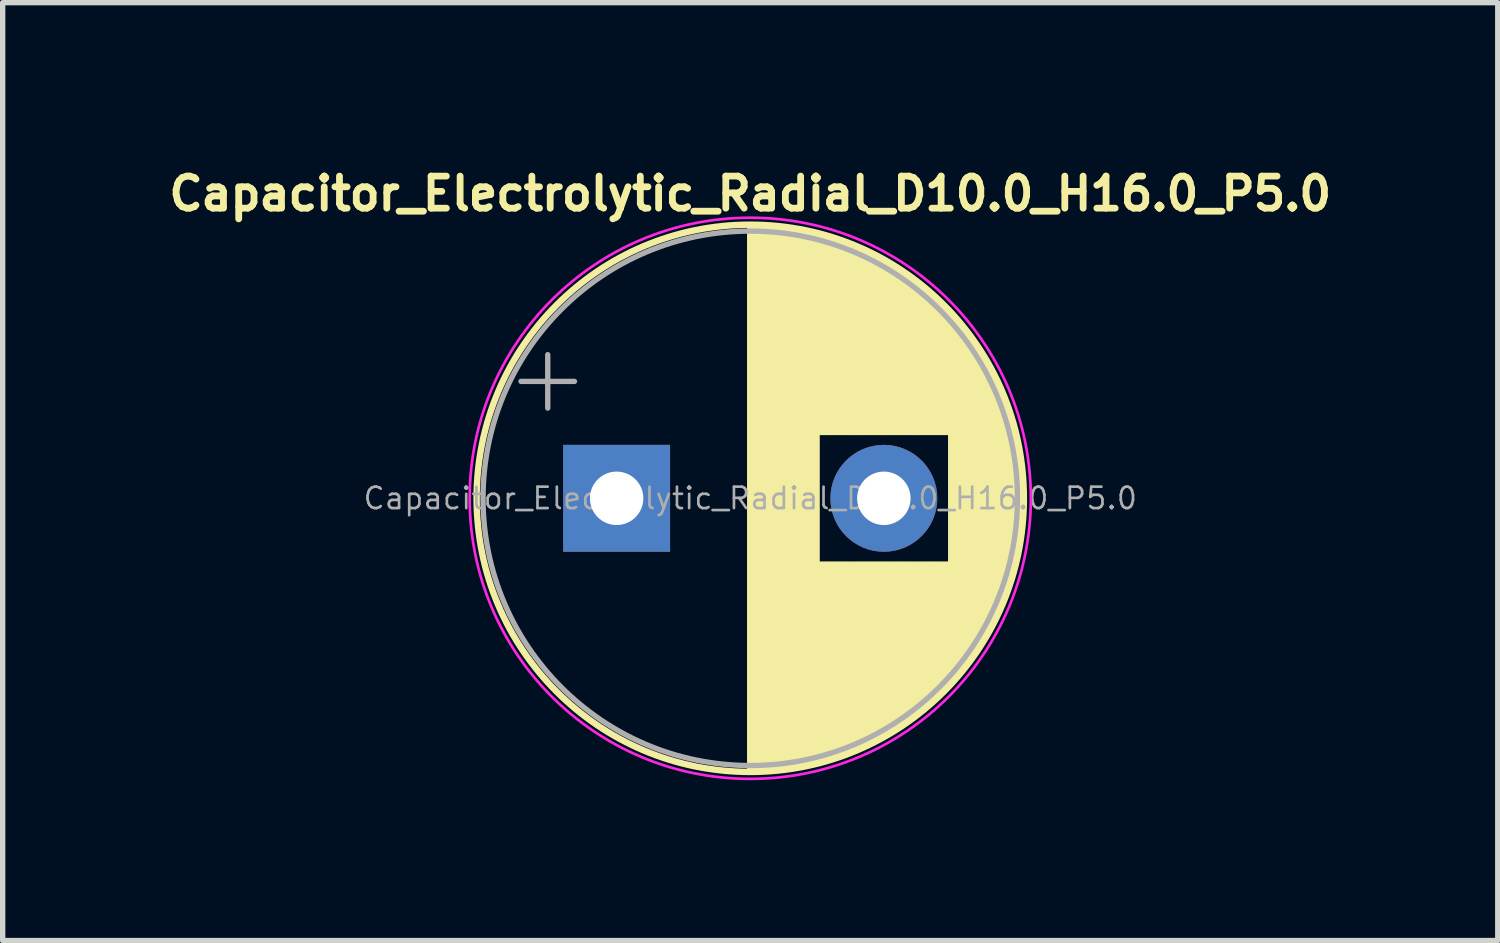
<source format=kicad_pcb>
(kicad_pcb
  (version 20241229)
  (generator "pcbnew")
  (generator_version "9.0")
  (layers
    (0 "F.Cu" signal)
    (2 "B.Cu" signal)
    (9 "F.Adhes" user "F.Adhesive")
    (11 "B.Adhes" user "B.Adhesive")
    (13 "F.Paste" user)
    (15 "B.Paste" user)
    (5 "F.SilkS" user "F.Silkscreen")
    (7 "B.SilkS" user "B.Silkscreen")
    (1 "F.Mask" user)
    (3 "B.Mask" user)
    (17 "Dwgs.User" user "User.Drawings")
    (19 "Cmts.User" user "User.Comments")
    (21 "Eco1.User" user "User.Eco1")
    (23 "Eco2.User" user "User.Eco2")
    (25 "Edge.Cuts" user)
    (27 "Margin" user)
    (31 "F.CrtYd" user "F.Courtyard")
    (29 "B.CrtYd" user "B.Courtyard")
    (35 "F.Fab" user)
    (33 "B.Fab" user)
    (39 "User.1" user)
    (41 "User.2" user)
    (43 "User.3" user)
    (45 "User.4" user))
  (footprint "Capacitor_Electrolytic_Radial_D10.0_H16.0_P5.0"
    (layer "F.Cu")
    (at 10.988 6.274)
    (property "Reference" "Capacitor_Electrolytic_Radial_D10.0_H16.0_P5.0" (at 0 -5.7 0) (layer "F.SilkS") (effects (font (size 0.6 0.6) (thickness 0.127))))
    (attr through_hole)
    (fp_line (start 0 -5.08) (end 0 5.08) (stroke (width 0.12) (type solid)) (layer "F.SilkS"))
    (fp_line (start 0.04 -5.08) (end 0.04 5.08) (stroke (width 0.12) (type solid)) (layer "F.SilkS"))
    (fp_line (start 0.08 -5.08) (end 0.08 5.08) (stroke (width 0.12) (type solid)) (layer "F.SilkS"))
    (fp_line (start 0.12 -5.079) (end 0.12 5.079) (stroke (width 0.12) (type solid)) (layer "F.SilkS"))
    (fp_line (start 0.16 -5.078) (end 0.16 5.078) (stroke (width 0.12) (type solid)) (layer "F.SilkS"))
    (fp_line (start 0.2 -5.077) (end 0.2 5.077) (stroke (width 0.12) (type solid)) (layer "F.SilkS"))
    (fp_line (start 0.24 -5.075) (end 0.24 5.075) (stroke (width 0.12) (type solid)) (layer "F.SilkS"))
    (fp_line (start 0.28 -5.073) (end 0.28 5.073) (stroke (width 0.12) (type solid)) (layer "F.SilkS"))
    (fp_line (start 0.32 -5.07) (end 0.32 5.07) (stroke (width 0.12) (type solid)) (layer "F.SilkS"))
    (fp_line (start 0.36 -5.068) (end 0.36 5.068) (stroke (width 0.12) (type solid)) (layer "F.SilkS"))
    (fp_line (start 0.4 -5.065) (end 0.4 5.065) (stroke (width 0.12) (type solid)) (layer "F.SilkS"))
    (fp_line (start 0.44 -5.062) (end 0.44 5.062) (stroke (width 0.12) (type solid)) (layer "F.SilkS"))
    (fp_line (start 0.48 -5.058) (end 0.48 5.058) (stroke (width 0.12) (type solid)) (layer "F.SilkS"))
    (fp_line (start 0.52 -5.054) (end 0.52 5.054) (stroke (width 0.12) (type solid)) (layer "F.SilkS"))
    (fp_line (start 0.56 -5.05) (end 0.56 5.05) (stroke (width 0.12) (type solid)) (layer "F.SilkS"))
    (fp_line (start 0.6 -5.045) (end 0.6 5.045) (stroke (width 0.12) (type solid)) (layer "F.SilkS"))
    (fp_line (start 0.64 -5.04) (end 0.64 5.04) (stroke (width 0.12) (type solid)) (layer "F.SilkS"))
    (fp_line (start 0.68 -5.035) (end 0.68 5.035) (stroke (width 0.12) (type solid)) (layer "F.SilkS"))
    (fp_line (start 0.721 -5.03) (end 0.721 5.03) (stroke (width 0.12) (type solid)) (layer "F.SilkS"))
    (fp_line (start 0.761 -5.024) (end 0.761 5.024) (stroke (width 0.12) (type solid)) (layer "F.SilkS"))
    (fp_line (start 0.801 -5.018) (end 0.801 5.018) (stroke (width 0.12) (type solid)) (layer "F.SilkS"))
    (fp_line (start 0.841 -5.011) (end 0.841 5.011) (stroke (width 0.12) (type solid)) (layer "F.SilkS"))
    (fp_line (start 0.881 -5.004) (end 0.881 5.004) (stroke (width 0.12) (type solid)) (layer "F.SilkS"))
    (fp_line (start 0.921 -4.997) (end 0.921 4.997) (stroke (width 0.12) (type solid)) (layer "F.SilkS"))
    (fp_line (start 0.961 -4.99) (end 0.961 4.99) (stroke (width 0.12) (type solid)) (layer "F.SilkS"))
    (fp_line (start 1.001 -4.982) (end 1.001 4.982) (stroke (width 0.12) (type solid)) (layer "F.SilkS"))
    (fp_line (start 1.041 -4.974) (end 1.041 4.974) (stroke (width 0.12) (type solid)) (layer "F.SilkS"))
    (fp_line (start 1.081 -4.965) (end 1.081 4.965) (stroke (width 0.12) (type solid)) (layer "F.SilkS"))
    (fp_line (start 1.121 -4.956) (end 1.121 4.956) (stroke (width 0.12) (type solid)) (layer "F.SilkS"))
    (fp_line (start 1.161 -4.947) (end 1.161 4.947) (stroke (width 0.12) (type solid)) (layer "F.SilkS"))
    (fp_line (start 1.201 -4.938) (end 1.201 4.938) (stroke (width 0.12) (type solid)) (layer "F.SilkS"))
    (fp_line (start 1.241 -4.928) (end 1.241 4.928) (stroke (width 0.12) (type solid)) (layer "F.SilkS"))
    (fp_line (start 1.281 -4.918) (end 1.281 -1.241) (stroke (width 0.12) (type solid)) (layer "F.SilkS"))
    (fp_line (start 1.281 1.241) (end 1.281 4.918) (stroke (width 0.12) (type solid)) (layer "F.SilkS"))
    (fp_line (start 1.321 -4.907) (end 1.321 -1.241) (stroke (width 0.12) (type solid)) (layer "F.SilkS"))
    (fp_line (start 1.321 1.241) (end 1.321 4.907) (stroke (width 0.12) (type solid)) (layer "F.SilkS"))
    (fp_line (start 1.361 -4.897) (end 1.361 -1.241) (stroke (width 0.12) (type solid)) (layer "F.SilkS"))
    (fp_line (start 1.361 1.241) (end 1.361 4.897) (stroke (width 0.12) (type solid)) (layer "F.SilkS"))
    (fp_line (start 1.401 -4.885) (end 1.401 -1.241) (stroke (width 0.12) (type solid)) (layer "F.SilkS"))
    (fp_line (start 1.401 1.241) (end 1.401 4.885) (stroke (width 0.12) (type solid)) (layer "F.SilkS"))
    (fp_line (start 1.441 -4.874) (end 1.441 -1.241) (stroke (width 0.12) (type solid)) (layer "F.SilkS"))
    (fp_line (start 1.441 1.241) (end 1.441 4.874) (stroke (width 0.12) (type solid)) (layer "F.SilkS"))
    (fp_line (start 1.481 -4.862) (end 1.481 -1.241) (stroke (width 0.12) (type solid)) (layer "F.SilkS"))
    (fp_line (start 1.481 1.241) (end 1.481 4.862) (stroke (width 0.12) (type solid)) (layer "F.SilkS"))
    (fp_line (start 1.521 -4.85) (end 1.521 -1.241) (stroke (width 0.12) (type solid)) (layer "F.SilkS"))
    (fp_line (start 1.521 1.241) (end 1.521 4.85) (stroke (width 0.12) (type solid)) (layer "F.SilkS"))
    (fp_line (start 1.561 -4.837) (end 1.561 -1.241) (stroke (width 0.12) (type solid)) (layer "F.SilkS"))
    (fp_line (start 1.561 1.241) (end 1.561 4.837) (stroke (width 0.12) (type solid)) (layer "F.SilkS"))
    (fp_line (start 1.601 -4.824) (end 1.601 -1.241) (stroke (width 0.12) (type solid)) (layer "F.SilkS"))
    (fp_line (start 1.601 1.241) (end 1.601 4.824) (stroke (width 0.12) (type solid)) (layer "F.SilkS"))
    (fp_line (start 1.641 -4.811) (end 1.641 -1.241) (stroke (width 0.12) (type solid)) (layer "F.SilkS"))
    (fp_line (start 1.641 1.241) (end 1.641 4.811) (stroke (width 0.12) (type solid)) (layer "F.SilkS"))
    (fp_line (start 1.681 -4.797) (end 1.681 -1.241) (stroke (width 0.12) (type solid)) (layer "F.SilkS"))
    (fp_line (start 1.681 1.241) (end 1.681 4.797) (stroke (width 0.12) (type solid)) (layer "F.SilkS"))
    (fp_line (start 1.721 -4.783) (end 1.721 -1.241) (stroke (width 0.12) (type solid)) (layer "F.SilkS"))
    (fp_line (start 1.721 1.241) (end 1.721 4.783) (stroke (width 0.12) (type solid)) (layer "F.SilkS"))
    (fp_line (start 1.761 -4.768) (end 1.761 -1.241) (stroke (width 0.12) (type solid)) (layer "F.SilkS"))
    (fp_line (start 1.761 1.241) (end 1.761 4.768) (stroke (width 0.12) (type solid)) (layer "F.SilkS"))
    (fp_line (start 1.801 -4.754) (end 1.801 -1.241) (stroke (width 0.12) (type solid)) (layer "F.SilkS"))
    (fp_line (start 1.801 1.241) (end 1.801 4.754) (stroke (width 0.12) (type solid)) (layer "F.SilkS"))
    (fp_line (start 1.841 -4.738) (end 1.841 -1.241) (stroke (width 0.12) (type solid)) (layer "F.SilkS"))
    (fp_line (start 1.841 1.241) (end 1.841 4.738) (stroke (width 0.12) (type solid)) (layer "F.SilkS"))
    (fp_line (start 1.881 -4.723) (end 1.881 -1.241) (stroke (width 0.12) (type solid)) (layer "F.SilkS"))
    (fp_line (start 1.881 1.241) (end 1.881 4.723) (stroke (width 0.12) (type solid)) (layer "F.SilkS"))
    (fp_line (start 1.921 -4.707) (end 1.921 -1.241) (stroke (width 0.12) (type solid)) (layer "F.SilkS"))
    (fp_line (start 1.921 1.241) (end 1.921 4.707) (stroke (width 0.12) (type solid)) (layer "F.SilkS"))
    (fp_line (start 1.961 -4.69) (end 1.961 -1.241) (stroke (width 0.12) (type solid)) (layer "F.SilkS"))
    (fp_line (start 1.961 1.241) (end 1.961 4.69) (stroke (width 0.12) (type solid)) (layer "F.SilkS"))
    (fp_line (start 2.001 -4.674) (end 2.001 -1.241) (stroke (width 0.12) (type solid)) (layer "F.SilkS"))
    (fp_line (start 2.001 1.241) (end 2.001 4.674) (stroke (width 0.12) (type solid)) (layer "F.SilkS"))
    (fp_line (start 2.041 -4.657) (end 2.041 -1.241) (stroke (width 0.12) (type solid)) (layer "F.SilkS"))
    (fp_line (start 2.041 1.241) (end 2.041 4.657) (stroke (width 0.12) (type solid)) (layer "F.SilkS"))
    (fp_line (start 2.081 -4.639) (end 2.081 -1.241) (stroke (width 0.12) (type solid)) (layer "F.SilkS"))
    (fp_line (start 2.081 1.241) (end 2.081 4.639) (stroke (width 0.12) (type solid)) (layer "F.SilkS"))
    (fp_line (start 2.121 -4.621) (end 2.121 -1.241) (stroke (width 0.12) (type solid)) (layer "F.SilkS"))
    (fp_line (start 2.121 1.241) (end 2.121 4.621) (stroke (width 0.12) (type solid)) (layer "F.SilkS"))
    (fp_line (start 2.161 -4.603) (end 2.161 -1.241) (stroke (width 0.12) (type solid)) (layer "F.SilkS"))
    (fp_line (start 2.161 1.241) (end 2.161 4.603) (stroke (width 0.12) (type solid)) (layer "F.SilkS"))
    (fp_line (start 2.201 -4.584) (end 2.201 -1.241) (stroke (width 0.12) (type solid)) (layer "F.SilkS"))
    (fp_line (start 2.201 1.241) (end 2.201 4.584) (stroke (width 0.12) (type solid)) (layer "F.SilkS"))
    (fp_line (start 2.241 -4.564) (end 2.241 -1.241) (stroke (width 0.12) (type solid)) (layer "F.SilkS"))
    (fp_line (start 2.241 1.241) (end 2.241 4.564) (stroke (width 0.12) (type solid)) (layer "F.SilkS"))
    (fp_line (start 2.281 -4.545) (end 2.281 -1.241) (stroke (width 0.12) (type solid)) (layer "F.SilkS"))
    (fp_line (start 2.281 1.241) (end 2.281 4.545) (stroke (width 0.12) (type solid)) (layer "F.SilkS"))
    (fp_line (start 2.321 -4.525) (end 2.321 -1.241) (stroke (width 0.12) (type solid)) (layer "F.SilkS"))
    (fp_line (start 2.321 1.241) (end 2.321 4.525) (stroke (width 0.12) (type solid)) (layer "F.SilkS"))
    (fp_line (start 2.361 -4.504) (end 2.361 -1.241) (stroke (width 0.12) (type solid)) (layer "F.SilkS"))
    (fp_line (start 2.361 1.241) (end 2.361 4.504) (stroke (width 0.12) (type solid)) (layer "F.SilkS"))
    (fp_line (start 2.401 -4.483) (end 2.401 -1.241) (stroke (width 0.12) (type solid)) (layer "F.SilkS"))
    (fp_line (start 2.401 1.241) (end 2.401 4.483) (stroke (width 0.12) (type solid)) (layer "F.SilkS"))
    (fp_line (start 2.441 -4.462) (end 2.441 -1.241) (stroke (width 0.12) (type solid)) (layer "F.SilkS"))
    (fp_line (start 2.441 1.241) (end 2.441 4.462) (stroke (width 0.12) (type solid)) (layer "F.SilkS"))
    (fp_line (start 2.481 -4.44) (end 2.481 -1.241) (stroke (width 0.12) (type solid)) (layer "F.SilkS"))
    (fp_line (start 2.481 1.241) (end 2.481 4.44) (stroke (width 0.12) (type solid)) (layer "F.SilkS"))
    (fp_line (start 2.521 -4.417) (end 2.521 -1.241) (stroke (width 0.12) (type solid)) (layer "F.SilkS"))
    (fp_line (start 2.521 1.241) (end 2.521 4.417) (stroke (width 0.12) (type solid)) (layer "F.SilkS"))
    (fp_line (start 2.561 -4.395) (end 2.561 -1.241) (stroke (width 0.12) (type solid)) (layer "F.SilkS"))
    (fp_line (start 2.561 1.241) (end 2.561 4.395) (stroke (width 0.12) (type solid)) (layer "F.SilkS"))
    (fp_line (start 2.601 -4.371) (end 2.601 -1.241) (stroke (width 0.12) (type solid)) (layer "F.SilkS"))
    (fp_line (start 2.601 1.241) (end 2.601 4.371) (stroke (width 0.12) (type solid)) (layer "F.SilkS"))
    (fp_line (start 2.641 -4.347) (end 2.641 -1.241) (stroke (width 0.12) (type solid)) (layer "F.SilkS"))
    (fp_line (start 2.641 1.241) (end 2.641 4.347) (stroke (width 0.12) (type solid)) (layer "F.SilkS"))
    (fp_line (start 2.681 -4.323) (end 2.681 -1.241) (stroke (width 0.12) (type solid)) (layer "F.SilkS"))
    (fp_line (start 2.681 1.241) (end 2.681 4.323) (stroke (width 0.12) (type solid)) (layer "F.SilkS"))
    (fp_line (start 2.721 -4.298) (end 2.721 -1.241) (stroke (width 0.12) (type solid)) (layer "F.SilkS"))
    (fp_line (start 2.721 1.241) (end 2.721 4.298) (stroke (width 0.12) (type solid)) (layer "F.SilkS"))
    (fp_line (start 2.761 -4.273) (end 2.761 -1.241) (stroke (width 0.12) (type solid)) (layer "F.SilkS"))
    (fp_line (start 2.761 1.241) (end 2.761 4.273) (stroke (width 0.12) (type solid)) (layer "F.SilkS"))
    (fp_line (start 2.801 -4.247) (end 2.801 -1.241) (stroke (width 0.12) (type solid)) (layer "F.SilkS"))
    (fp_line (start 2.801 1.241) (end 2.801 4.247) (stroke (width 0.12) (type solid)) (layer "F.SilkS"))
    (fp_line (start 2.841 -4.221) (end 2.841 -1.241) (stroke (width 0.12) (type solid)) (layer "F.SilkS"))
    (fp_line (start 2.841 1.241) (end 2.841 4.221) (stroke (width 0.12) (type solid)) (layer "F.SilkS"))
    (fp_line (start 2.881 -4.194) (end 2.881 -1.241) (stroke (width 0.12) (type solid)) (layer "F.SilkS"))
    (fp_line (start 2.881 1.241) (end 2.881 4.194) (stroke (width 0.12) (type solid)) (layer "F.SilkS"))
    (fp_line (start 2.921 -4.166) (end 2.921 -1.241) (stroke (width 0.12) (type solid)) (layer "F.SilkS"))
    (fp_line (start 2.921 1.241) (end 2.921 4.166) (stroke (width 0.12) (type solid)) (layer "F.SilkS"))
    (fp_line (start 2.961 -4.138) (end 2.961 -1.241) (stroke (width 0.12) (type solid)) (layer "F.SilkS"))
    (fp_line (start 2.961 1.241) (end 2.961 4.138) (stroke (width 0.12) (type solid)) (layer "F.SilkS"))
    (fp_line (start 3.001 -4.11) (end 3.001 -1.241) (stroke (width 0.12) (type solid)) (layer "F.SilkS"))
    (fp_line (start 3.001 1.241) (end 3.001 4.11) (stroke (width 0.12) (type solid)) (layer "F.SilkS"))
    (fp_line (start 3.041 -4.08) (end 3.041 -1.241) (stroke (width 0.12) (type solid)) (layer "F.SilkS"))
    (fp_line (start 3.041 1.241) (end 3.041 4.08) (stroke (width 0.12) (type solid)) (layer "F.SilkS"))
    (fp_line (start 3.081 -4.05) (end 3.081 -1.241) (stroke (width 0.12) (type solid)) (layer "F.SilkS"))
    (fp_line (start 3.081 1.241) (end 3.081 4.05) (stroke (width 0.12) (type solid)) (layer "F.SilkS"))
    (fp_line (start 3.121 -4.02) (end 3.121 -1.241) (stroke (width 0.12) (type solid)) (layer "F.SilkS"))
    (fp_line (start 3.121 1.241) (end 3.121 4.02) (stroke (width 0.12) (type solid)) (layer "F.SilkS"))
    (fp_line (start 3.161 -3.989) (end 3.161 -1.241) (stroke (width 0.12) (type solid)) (layer "F.SilkS"))
    (fp_line (start 3.161 1.241) (end 3.161 3.989) (stroke (width 0.12) (type solid)) (layer "F.SilkS"))
    (fp_line (start 3.201 -3.957) (end 3.201 -1.241) (stroke (width 0.12) (type solid)) (layer "F.SilkS"))
    (fp_line (start 3.201 1.241) (end 3.201 3.957) (stroke (width 0.12) (type solid)) (layer "F.SilkS"))
    (fp_line (start 3.241 -3.925) (end 3.241 -1.241) (stroke (width 0.12) (type solid)) (layer "F.SilkS"))
    (fp_line (start 3.241 1.241) (end 3.241 3.925) (stroke (width 0.12) (type solid)) (layer "F.SilkS"))
    (fp_line (start 3.281 -3.892) (end 3.281 -1.241) (stroke (width 0.12) (type solid)) (layer "F.SilkS"))
    (fp_line (start 3.281 1.241) (end 3.281 3.892) (stroke (width 0.12) (type solid)) (layer "F.SilkS"))
    (fp_line (start 3.321 -3.858) (end 3.321 -1.241) (stroke (width 0.12) (type solid)) (layer "F.SilkS"))
    (fp_line (start 3.321 1.241) (end 3.321 3.858) (stroke (width 0.12) (type solid)) (layer "F.SilkS"))
    (fp_line (start 3.361 -3.824) (end 3.361 -1.241) (stroke (width 0.12) (type solid)) (layer "F.SilkS"))
    (fp_line (start 3.361 1.241) (end 3.361 3.824) (stroke (width 0.12) (type solid)) (layer "F.SilkS"))
    (fp_line (start 3.401 -3.789) (end 3.401 -1.241) (stroke (width 0.12) (type solid)) (layer "F.SilkS"))
    (fp_line (start 3.401 1.241) (end 3.401 3.789) (stroke (width 0.12) (type solid)) (layer "F.SilkS"))
    (fp_line (start 3.441 -3.753) (end 3.441 -1.241) (stroke (width 0.12) (type solid)) (layer "F.SilkS"))
    (fp_line (start 3.441 1.241) (end 3.441 3.753) (stroke (width 0.12) (type solid)) (layer "F.SilkS"))
    (fp_line (start 3.481 -3.716) (end 3.481 -1.241) (stroke (width 0.12) (type solid)) (layer "F.SilkS"))
    (fp_line (start 3.481 1.241) (end 3.481 3.716) (stroke (width 0.12) (type solid)) (layer "F.SilkS"))
    (fp_line (start 3.521 -3.679) (end 3.521 -1.241) (stroke (width 0.12) (type solid)) (layer "F.SilkS"))
    (fp_line (start 3.521 1.241) (end 3.521 3.679) (stroke (width 0.12) (type solid)) (layer "F.SilkS"))
    (fp_line (start 3.561 -3.64) (end 3.561 -1.241) (stroke (width 0.12) (type solid)) (layer "F.SilkS"))
    (fp_line (start 3.561 1.241) (end 3.561 3.64) (stroke (width 0.12) (type solid)) (layer "F.SilkS"))
    (fp_line (start 3.601 -3.601) (end 3.601 -1.241) (stroke (width 0.12) (type solid)) (layer "F.SilkS"))
    (fp_line (start 3.601 1.241) (end 3.601 3.601) (stroke (width 0.12) (type solid)) (layer "F.SilkS"))
    (fp_line (start 3.641 -3.561) (end 3.641 -1.241) (stroke (width 0.12) (type solid)) (layer "F.SilkS"))
    (fp_line (start 3.641 1.241) (end 3.641 3.561) (stroke (width 0.12) (type solid)) (layer "F.SilkS"))
    (fp_line (start 3.681 -3.52) (end 3.681 -1.241) (stroke (width 0.12) (type solid)) (layer "F.SilkS"))
    (fp_line (start 3.681 1.241) (end 3.681 3.52) (stroke (width 0.12) (type solid)) (layer "F.SilkS"))
    (fp_line (start 3.721 -3.478) (end 3.721 -1.241) (stroke (width 0.12) (type solid)) (layer "F.SilkS"))
    (fp_line (start 3.721 1.241) (end 3.721 3.478) (stroke (width 0.12) (type solid)) (layer "F.SilkS"))
    (fp_line (start 3.761 -3.436) (end 3.761 3.436) (stroke (width 0.12) (type solid)) (layer "F.SilkS"))
    (fp_line (start 3.801 -3.392) (end 3.801 3.392) (stroke (width 0.12) (type solid)) (layer "F.SilkS"))
    (fp_line (start 3.841 -3.347) (end 3.841 3.347) (stroke (width 0.12) (type solid)) (layer "F.SilkS"))
    (fp_line (start 3.881 -3.301) (end 3.881 3.301) (stroke (width 0.12) (type solid)) (layer "F.SilkS"))
    (fp_line (start 3.921 -3.254) (end 3.921 3.254) (stroke (width 0.12) (type solid)) (layer "F.SilkS"))
    (fp_line (start 3.961 -3.206) (end 3.961 3.206) (stroke (width 0.12) (type solid)) (layer "F.SilkS"))
    (fp_line (start 4.001 -3.156) (end 4.001 3.156) (stroke (width 0.12) (type solid)) (layer "F.SilkS"))
    (fp_line (start 4.041 -3.106) (end 4.041 3.106) (stroke (width 0.12) (type solid)) (layer "F.SilkS"))
    (fp_line (start 4.081 -3.054) (end 4.081 3.054) (stroke (width 0.12) (type solid)) (layer "F.SilkS"))
    (fp_line (start 4.121 -3) (end 4.121 3) (stroke (width 0.12) (type solid)) (layer "F.SilkS"))
    (fp_line (start 4.161 -2.945) (end 4.161 2.945) (stroke (width 0.12) (type solid)) (layer "F.SilkS"))
    (fp_line (start 4.201 -2.889) (end 4.201 2.889) (stroke (width 0.12) (type solid)) (layer "F.SilkS"))
    (fp_line (start 4.241 -2.83) (end 4.241 2.83) (stroke (width 0.12) (type solid)) (layer "F.SilkS"))
    (fp_line (start 4.281 -2.77) (end 4.281 2.77) (stroke (width 0.12) (type solid)) (layer "F.SilkS"))
    (fp_line (start 4.321 -2.709) (end 4.321 2.709) (stroke (width 0.12) (type solid)) (layer "F.SilkS"))
    (fp_line (start 4.361 -2.645) (end 4.361 2.645) (stroke (width 0.12) (type solid)) (layer "F.SilkS"))
    (fp_line (start 4.401 -2.579) (end 4.401 2.579) (stroke (width 0.12) (type solid)) (layer "F.SilkS"))
    (fp_line (start 4.441 -2.51) (end 4.441 2.51) (stroke (width 0.12) (type solid)) (layer "F.SilkS"))
    (fp_line (start 4.481 -2.439) (end 4.481 2.439) (stroke (width 0.12) (type solid)) (layer "F.SilkS"))
    (fp_line (start 4.521 -2.365) (end 4.521 2.365) (stroke (width 0.12) (type solid)) (layer "F.SilkS"))
    (fp_line (start 4.561 -2.289) (end 4.561 2.289) (stroke (width 0.12) (type solid)) (layer "F.SilkS"))
    (fp_line (start 4.601 -2.209) (end 4.601 2.209) (stroke (width 0.12) (type solid)) (layer "F.SilkS"))
    (fp_line (start 4.641 -2.125) (end 4.641 2.125) (stroke (width 0.12) (type solid)) (layer "F.SilkS"))
    (fp_line (start 4.681 -2.037) (end 4.681 2.037) (stroke (width 0.12) (type solid)) (layer "F.SilkS"))
    (fp_line (start 4.721 -1.944) (end 4.721 1.944) (stroke (width 0.12) (type solid)) (layer "F.SilkS"))
    (fp_line (start 4.761 -1.846) (end 4.761 1.846) (stroke (width 0.12) (type solid)) (layer "F.SilkS"))
    (fp_line (start 4.801 -1.742) (end 4.801 1.742) (stroke (width 0.12) (type solid)) (layer "F.SilkS"))
    (fp_line (start 4.841 -1.63) (end 4.841 1.63) (stroke (width 0.12) (type solid)) (layer "F.SilkS"))
    (fp_line (start 4.881 -1.51) (end 4.881 1.51) (stroke (width 0.12) (type solid)) (layer "F.SilkS"))
    (fp_line (start 4.921 -1.378) (end 4.921 1.378) (stroke (width 0.12) (type solid)) (layer "F.SilkS"))
    (fp_line (start 4.961 -1.23) (end 4.961 1.23) (stroke (width 0.12) (type solid)) (layer "F.SilkS"))
    (fp_line (start 5.001 -1.062) (end 5.001 1.062) (stroke (width 0.12) (type solid)) (layer "F.SilkS"))
    (fp_line (start 5.041 -0.862) (end 5.041 0.862) (stroke (width 0.12) (type solid)) (layer "F.SilkS"))
    (fp_line (start 5.081 -0.599) (end 5.081 0.599) (stroke (width 0.12) (type solid)) (layer "F.SilkS"))
    (fp_circle (center 0 0) (end 5.12 0) (stroke (width 0.12) (type solid)) (fill no) (layer "F.SilkS"))
    (fp_circle (center 0 0) (end 5.25 0) (stroke (width 0.05) (type solid)) (fill no) (layer "F.CrtYd"))
    (fp_line (start -4.289 -2.188) (end -3.289 -2.188) (stroke (width 0.1) (type solid)) (layer "F.Fab"))
    (fp_line (start -3.789 -2.688) (end -3.789 -1.688) (stroke (width 0.1) (type solid)) (layer "F.Fab"))
    (fp_circle (center 0 0) (end 5 0) (stroke (width 0.1) (type solid)) (fill no) (layer "F.Fab"))
    (fp_text user "${REFERENCE}" (at 0 0 0) (layer "F.Fab") (effects (font (size 0.4 0.4) (thickness 0.05))))
    (pad "1" thru_hole rect (at -2.5 0) (size 2 2) (drill 1) (layers "*.Cu" "*.Mask"))
    (pad "2" thru_hole circle (at 2.5 0) (size 2 2) (drill 1) (layers "*.Cu" "*.Mask")))
  (gr_rect
    (start -3 -3)
    (end 24.975 14.549)
    (stroke (width 0.1) (type default))
    (fill no)
    (layer "Edge.Cuts")))
</source>
